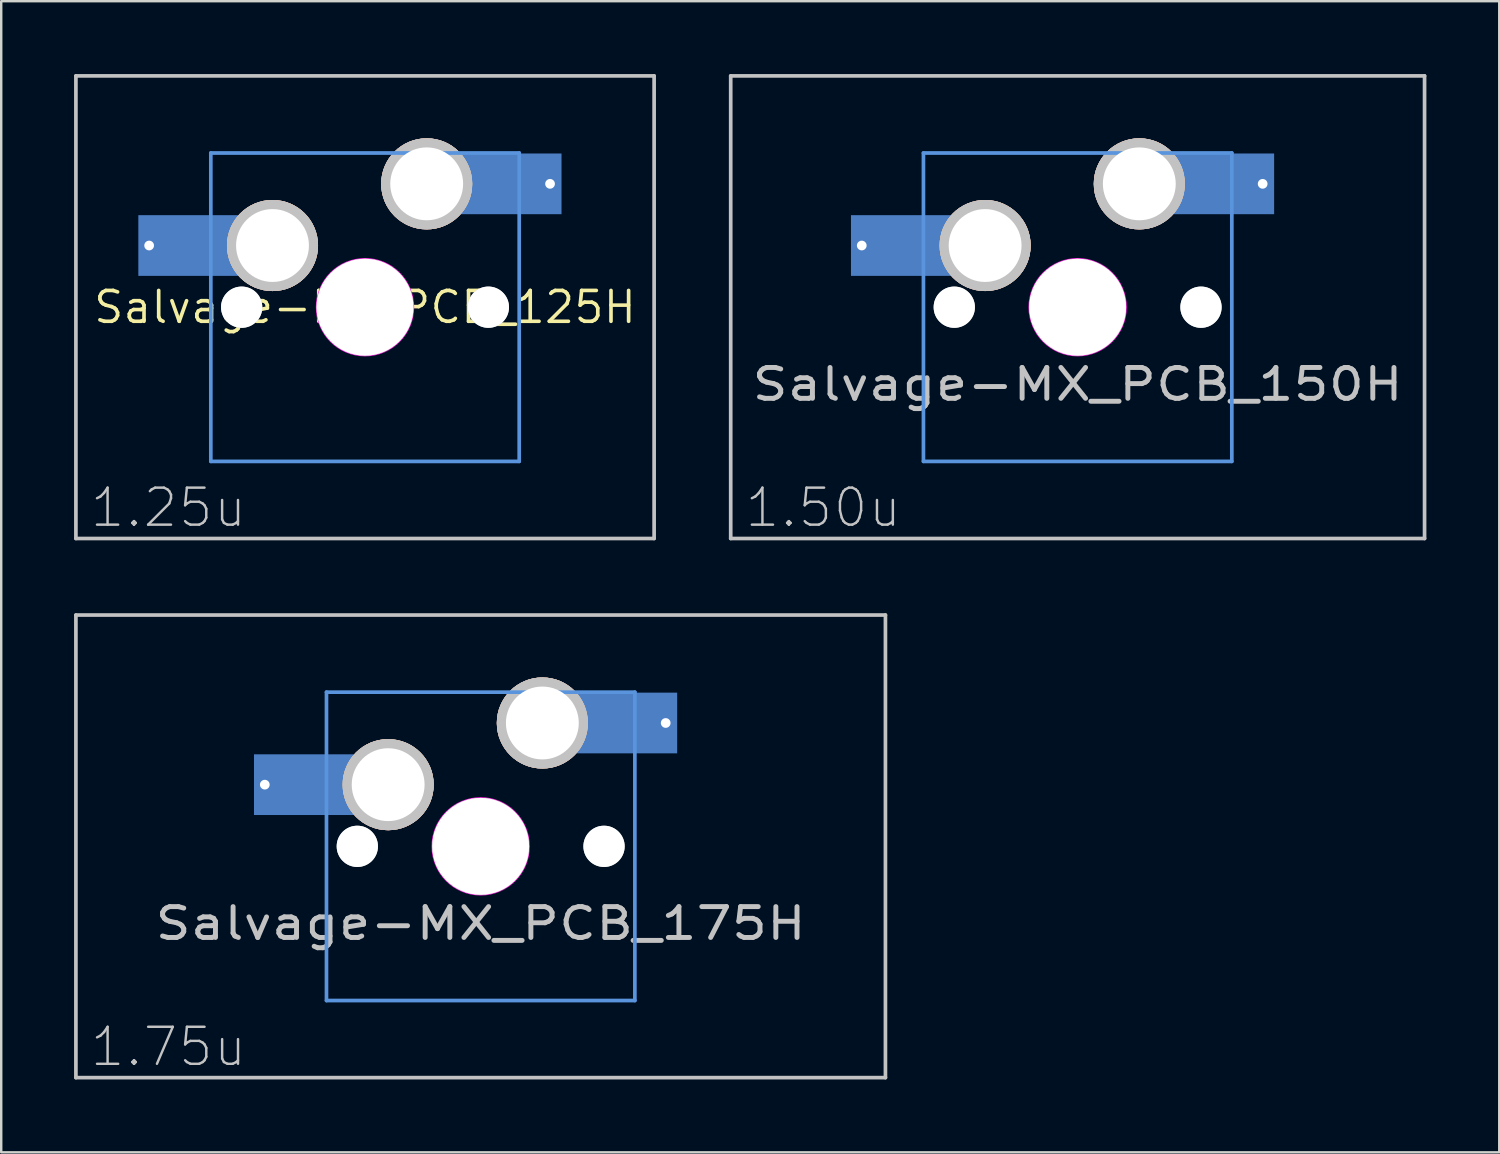
<source format=kicad_pcb>
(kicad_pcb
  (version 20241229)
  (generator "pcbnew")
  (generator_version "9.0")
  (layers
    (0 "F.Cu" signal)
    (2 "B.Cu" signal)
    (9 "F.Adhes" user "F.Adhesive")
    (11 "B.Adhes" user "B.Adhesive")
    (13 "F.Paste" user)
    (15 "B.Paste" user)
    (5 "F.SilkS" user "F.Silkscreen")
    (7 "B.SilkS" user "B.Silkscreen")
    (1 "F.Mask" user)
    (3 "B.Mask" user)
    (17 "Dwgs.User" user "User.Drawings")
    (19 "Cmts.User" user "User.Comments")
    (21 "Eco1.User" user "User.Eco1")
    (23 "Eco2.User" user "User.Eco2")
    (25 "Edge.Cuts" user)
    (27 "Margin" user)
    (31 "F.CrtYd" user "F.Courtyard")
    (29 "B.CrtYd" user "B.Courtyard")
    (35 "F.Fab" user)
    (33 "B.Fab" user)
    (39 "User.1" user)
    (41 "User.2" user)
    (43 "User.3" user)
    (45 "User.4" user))
  (footprint "Salvage-MX_PCB_125H"
    (layer "F.Cu")
    (at 11.982 9.601)
    (property "Reference" "Salvage-MX_PCB_125H" (at 0 0 0) (layer "F.SilkS") (effects (font (size 1.27 1.27) (thickness 0.15))))
    (fp_line (start -11.906 -9.525) (end 11.906 -9.525) (stroke (width 0.152) (type solid)) (layer "Dwgs.User"))
    (fp_line (start -11.906 9.525) (end -11.906 -9.525) (stroke (width 0.152) (type solid)) (layer "Dwgs.User"))
    (fp_line (start 11.906 -9.525) (end 11.906 9.525) (stroke (width 0.152) (type solid)) (layer "Dwgs.User"))
    (fp_line (start 11.906 9.525) (end -11.906 9.525) (stroke (width 0.152) (type solid)) (layer "Dwgs.User"))
    (fp_line (start -6.35 -6.35) (end 6.35 -6.35) (stroke (width 0.152) (type solid)) (layer "Cmts.User"))
    (fp_line (start -6.35 6.35) (end -6.35 -6.35) (stroke (width 0.152) (type solid)) (layer "Cmts.User"))
    (fp_line (start 6.35 -6.35) (end 6.35 6.35) (stroke (width 0.152) (type solid)) (layer "Cmts.User"))
    (fp_line (start 6.35 6.35) (end -6.35 6.35) (stroke (width 0.152) (type solid)) (layer "Cmts.User"))
    (fp_curve (pts (xy -7 -6.001) (xy -7 -6.551) (xy -6.55 -7.001) (xy -6 -7.001)) (stroke (width 0.3) (type solid)) (layer "Eco2.User"))
    (fp_curve (pts (xy -7 5.999) (xy -7 5.999) (xy -7 -6.001) (xy -7 -6.001)) (stroke (width 0.3) (type solid)) (layer "Eco2.User"))
    (fp_curve (pts (xy -6 -7.001) (xy -6 -7.001) (xy 6 -7.001) (xy 6 -7.001)) (stroke (width 0.3) (type solid)) (layer "Eco2.User"))
    (fp_curve (pts (xy -6 6.999) (xy -6.55 6.999) (xy -7 6.549) (xy -7 5.999)) (stroke (width 0.3) (type solid)) (layer "Eco2.User"))
    (fp_curve (pts (xy 6 -7.001) (xy 6.55 -7.001) (xy 7 -6.551) (xy 7 -6.001)) (stroke (width 0.3) (type solid)) (layer "Eco2.User"))
    (fp_curve (pts (xy 6 6.999) (xy 6 6.999) (xy -6 6.999) (xy -6 6.999)) (stroke (width 0.3) (type solid)) (layer "Eco2.User"))
    (fp_curve (pts (xy 7 -6.001) (xy 7 -6.001) (xy 7 5.999) (xy 7 5.999)) (stroke (width 0.3) (type solid)) (layer "Eco2.User"))
    (fp_curve (pts (xy 7 5.999) (xy 7 6.549) (xy 6.55 6.999) (xy 6 6.999)) (stroke (width 0.3) (type solid)) (layer "Eco2.User"))
    (fp_circle (center 0 0) (end 2 0) (stroke (width 0.05) (type solid)) (fill no) (layer "F.CrtYd"))
    (fp_text user "1.25u" (at -8.098 8.255 0) (layer "Dwgs.User") (effects (font (size 1.524 1.524) (thickness 0.1))))
    (pad "" smd rect (at -7.085 -2.54) (size 2.55 2.5) (layers "B.Mask" "B.Paste"))
    (pad "" np_thru_hole circle (at -5.08 0) (size 1.7 1.7) (drill 1.7) (layers "*.Cu" "Dwgs.User"))
    (pad "" np_thru_hole circle (at 0 0) (size 3.988 3.988) (drill 3.988) (layers "*.Cu" "Dwgs.User"))
    (pad "" np_thru_hole circle (at 5.08 0) (size 1.7 1.7) (drill 1.7) (layers "*.Cu" "Dwgs.User"))
    (pad "" smd rect (at 5.815 -5.08) (size 2.55 2.5) (layers "B.Mask" "B.Paste"))
    (pad "1" thru_hole circle (at 2.54 -5.08) (size 3.75 3.75) (drill 3) (layers "*.Cu" "*.SilkS" "*.Mask" "Dwgs.User"))
    (pad "1" smd rect (at 5.842 -5.08) (size 4.5 2.5) (layers "B.Cu"))
    (pad "1" thru_hole circle (at 7.62 -5.08) (size 0.8 0.8) (drill 0.4) (layers "*.Cu"))
    (pad "2" thru_hole circle (at -8.89 -2.54) (size 0.8 0.8) (drill 0.4) (layers "*.Cu"))
    (pad "2" smd rect (at -7.085 -2.54) (size 4.5 2.5) (layers "B.Cu"))
    (pad "2" thru_hole circle (at -3.81 -2.54) (size 3.75 3.75) (drill 3) (layers "*.Cu" "*.SilkS" "*.Mask" "Dwgs.User")))
  (footprint "Salvage-MX_PCB_175H"
    (layer "F.Cu")
    (at 16.745 31.804)
    (property "Reference" "Salvage-MX_PCB_175H" (at 0 3.175 0) (layer "Dwgs.User") (effects (font (size 1.27 1.524) (thickness 0.203))))
    (fp_line (start -16.669 -9.525) (end 16.669 -9.525) (stroke (width 0.152) (type solid)) (layer "Dwgs.User"))
    (fp_line (start -16.669 9.525) (end -16.669 -9.525) (stroke (width 0.152) (type solid)) (layer "Dwgs.User"))
    (fp_line (start 16.669 -9.525) (end 16.669 9.525) (stroke (width 0.152) (type solid)) (layer "Dwgs.User"))
    (fp_line (start 16.669 9.525) (end -16.669 9.525) (stroke (width 0.152) (type solid)) (layer "Dwgs.User"))
    (fp_line (start -6.35 -6.35) (end 6.35 -6.35) (stroke (width 0.152) (type solid)) (layer "Cmts.User"))
    (fp_line (start -6.35 6.35) (end -6.35 -6.35) (stroke (width 0.152) (type solid)) (layer "Cmts.User"))
    (fp_line (start 6.35 -6.35) (end 6.35 6.35) (stroke (width 0.152) (type solid)) (layer "Cmts.User"))
    (fp_line (start 6.35 6.35) (end -6.35 6.35) (stroke (width 0.152) (type solid)) (layer "Cmts.User"))
    (fp_curve (pts (xy -7 -6.001) (xy -7 -6.551) (xy -6.55 -7.001) (xy -6 -7.001)) (stroke (width 0.3) (type solid)) (layer "Eco2.User"))
    (fp_curve (pts (xy -7 5.999) (xy -7 5.999) (xy -7 -6.001) (xy -7 -6.001)) (stroke (width 0.3) (type solid)) (layer "Eco2.User"))
    (fp_curve (pts (xy -6 -7.001) (xy -6 -7.001) (xy 6 -7.001) (xy 6 -7.001)) (stroke (width 0.3) (type solid)) (layer "Eco2.User"))
    (fp_curve (pts (xy -6 6.999) (xy -6.55 6.999) (xy -7 6.549) (xy -7 5.999)) (stroke (width 0.3) (type solid)) (layer "Eco2.User"))
    (fp_curve (pts (xy 6 -7.001) (xy 6.55 -7.001) (xy 7 -6.551) (xy 7 -6.001)) (stroke (width 0.3) (type solid)) (layer "Eco2.User"))
    (fp_curve (pts (xy 6 6.999) (xy 6 6.999) (xy -6 6.999) (xy -6 6.999)) (stroke (width 0.3) (type solid)) (layer "Eco2.User"))
    (fp_curve (pts (xy 7 -6.001) (xy 7 -6.001) (xy 7 5.999) (xy 7 5.999)) (stroke (width 0.3) (type solid)) (layer "Eco2.User"))
    (fp_curve (pts (xy 7 5.999) (xy 7 6.549) (xy 6.55 6.999) (xy 6 6.999)) (stroke (width 0.3) (type solid)) (layer "Eco2.User"))
    (fp_circle (center 0 0) (end 2 0) (stroke (width 0.05) (type solid)) (fill no) (layer "F.CrtYd"))
    (fp_text user "1.75u" (at -12.86 8.255 0) (layer "Dwgs.User") (effects (font (size 1.524 1.524) (thickness 0.1))))
    (pad "" smd rect (at -7.085 -2.54) (size 2.55 2.5) (layers "B.Mask" "B.Paste"))
    (pad "" np_thru_hole circle (at -5.08 0) (size 1.7 1.7) (drill 1.7) (layers "*.Cu" "Dwgs.User"))
    (pad "" np_thru_hole circle (at 0 0) (size 3.988 3.988) (drill 3.988) (layers "*.Cu" "Dwgs.User"))
    (pad "" np_thru_hole circle (at 5.08 0) (size 1.7 1.7) (drill 1.7) (layers "*.Cu" "Dwgs.User"))
    (pad "" smd rect (at 5.815 -5.08) (size 2.55 2.5) (layers "B.Mask" "B.Paste"))
    (pad "1" thru_hole circle (at 2.54 -5.08) (size 3.75 3.75) (drill 3) (layers "*.Cu" "*.SilkS" "*.Mask" "Dwgs.User"))
    (pad "1" smd rect (at 5.842 -5.08) (size 4.5 2.5) (layers "B.Cu"))
    (pad "1" thru_hole circle (at 7.62 -5.08) (size 0.8 0.8) (drill 0.4) (layers "*.Cu"))
    (pad "2" thru_hole circle (at -8.89 -2.54) (size 0.8 0.8) (drill 0.4) (layers "*.Cu"))
    (pad "2" smd rect (at -7.085 -2.54) (size 4.5 2.5) (layers "B.Cu"))
    (pad "2" thru_hole circle (at -3.81 -2.54) (size 3.75 3.75) (drill 3) (layers "*.Cu" "*.SilkS" "*.Mask" "Dwgs.User")))
  (footprint "Salvage-MX_PCB_150H"
    (layer "F.Cu")
    (at 41.329 9.601)
    (property "Reference" "Salvage-MX_PCB_150H" (at 0 3.175 0) (layer "Dwgs.User") (effects (font (size 1.27 1.524) (thickness 0.203))))
    (fp_line (start -14.287 -9.525) (end 14.287 -9.525) (stroke (width 0.152) (type solid)) (layer "Dwgs.User"))
    (fp_line (start -14.287 9.525) (end -14.287 -9.525) (stroke (width 0.152) (type solid)) (layer "Dwgs.User"))
    (fp_line (start 14.287 -9.525) (end 14.287 9.525) (stroke (width 0.152) (type solid)) (layer "Dwgs.User"))
    (fp_line (start 14.287 9.525) (end -14.287 9.525) (stroke (width 0.152) (type solid)) (layer "Dwgs.User"))
    (fp_line (start -6.35 -6.35) (end 6.35 -6.35) (stroke (width 0.152) (type solid)) (layer "Cmts.User"))
    (fp_line (start -6.35 6.35) (end -6.35 -6.35) (stroke (width 0.152) (type solid)) (layer "Cmts.User"))
    (fp_line (start 6.35 -6.35) (end 6.35 6.35) (stroke (width 0.152) (type solid)) (layer "Cmts.User"))
    (fp_line (start 6.35 6.35) (end -6.35 6.35) (stroke (width 0.152) (type solid)) (layer "Cmts.User"))
    (fp_curve (pts (xy -7 -6.001) (xy -7 -6.551) (xy -6.55 -7.001) (xy -6 -7.001)) (stroke (width 0.3) (type solid)) (layer "Eco2.User"))
    (fp_curve (pts (xy -7 5.999) (xy -7 5.999) (xy -7 -6.001) (xy -7 -6.001)) (stroke (width 0.3) (type solid)) (layer "Eco2.User"))
    (fp_curve (pts (xy -6 -7.001) (xy -6 -7.001) (xy 6 -7.001) (xy 6 -7.001)) (stroke (width 0.3) (type solid)) (layer "Eco2.User"))
    (fp_curve (pts (xy -6 6.999) (xy -6.55 6.999) (xy -7 6.549) (xy -7 5.999)) (stroke (width 0.3) (type solid)) (layer "Eco2.User"))
    (fp_curve (pts (xy 6 -7.001) (xy 6.55 -7.001) (xy 7 -6.551) (xy 7 -6.001)) (stroke (width 0.3) (type solid)) (layer "Eco2.User"))
    (fp_curve (pts (xy 6 6.999) (xy 6 6.999) (xy -6 6.999) (xy -6 6.999)) (stroke (width 0.3) (type solid)) (layer "Eco2.User"))
    (fp_curve (pts (xy 7 -6.001) (xy 7 -6.001) (xy 7 5.999) (xy 7 5.999)) (stroke (width 0.3) (type solid)) (layer "Eco2.User"))
    (fp_curve (pts (xy 7 5.999) (xy 7 6.549) (xy 6.55 6.999) (xy 6 6.999)) (stroke (width 0.3) (type solid)) (layer "Eco2.User"))
    (fp_circle (center 0 0) (end 2 0) (stroke (width 0.05) (type solid)) (fill no) (layer "F.CrtYd"))
    (fp_text user "1.50u" (at -10.477 8.255 0) (layer "Dwgs.User") (effects (font (size 1.524 1.524) (thickness 0.1))))
    (pad "" smd rect (at -7.085 -2.54) (size 2.55 2.5) (layers "B.Mask" "B.Paste"))
    (pad "" np_thru_hole circle (at -5.08 0) (size 1.7 1.7) (drill 1.7) (layers "*.Cu" "Dwgs.User"))
    (pad "" np_thru_hole circle (at 0 0) (size 3.988 3.988) (drill 3.988) (layers "*.Cu" "Dwgs.User"))
    (pad "" np_thru_hole circle (at 5.08 0) (size 1.7 1.7) (drill 1.7) (layers "*.Cu" "Dwgs.User"))
    (pad "" smd rect (at 5.815 -5.08) (size 2.55 2.5) (layers "B.Mask" "B.Paste"))
    (pad "1" thru_hole circle (at 2.54 -5.08) (size 3.75 3.75) (drill 3) (layers "*.Cu" "*.SilkS" "*.Mask" "Dwgs.User"))
    (pad "1" smd rect (at 5.842 -5.08) (size 4.5 2.5) (layers "B.Cu"))
    (pad "1" thru_hole circle (at 7.62 -5.08) (size 0.8 0.8) (drill 0.4) (layers "*.Cu"))
    (pad "2" thru_hole circle (at -8.89 -2.54) (size 0.8 0.8) (drill 0.4) (layers "*.Cu"))
    (pad "2" smd rect (at -7.085 -2.54) (size 4.5 2.5) (layers "B.Cu"))
    (pad "2" thru_hole circle (at -3.81 -2.54) (size 3.75 3.75) (drill 3) (layers "*.Cu" "*.SilkS" "*.Mask" "Dwgs.User")))
  (gr_rect
    (start -3 -3)
    (end 58.692 44.405)
    (stroke (width 0.1) (type default))
    (fill no)
    (layer "Edge.Cuts")))
</source>
